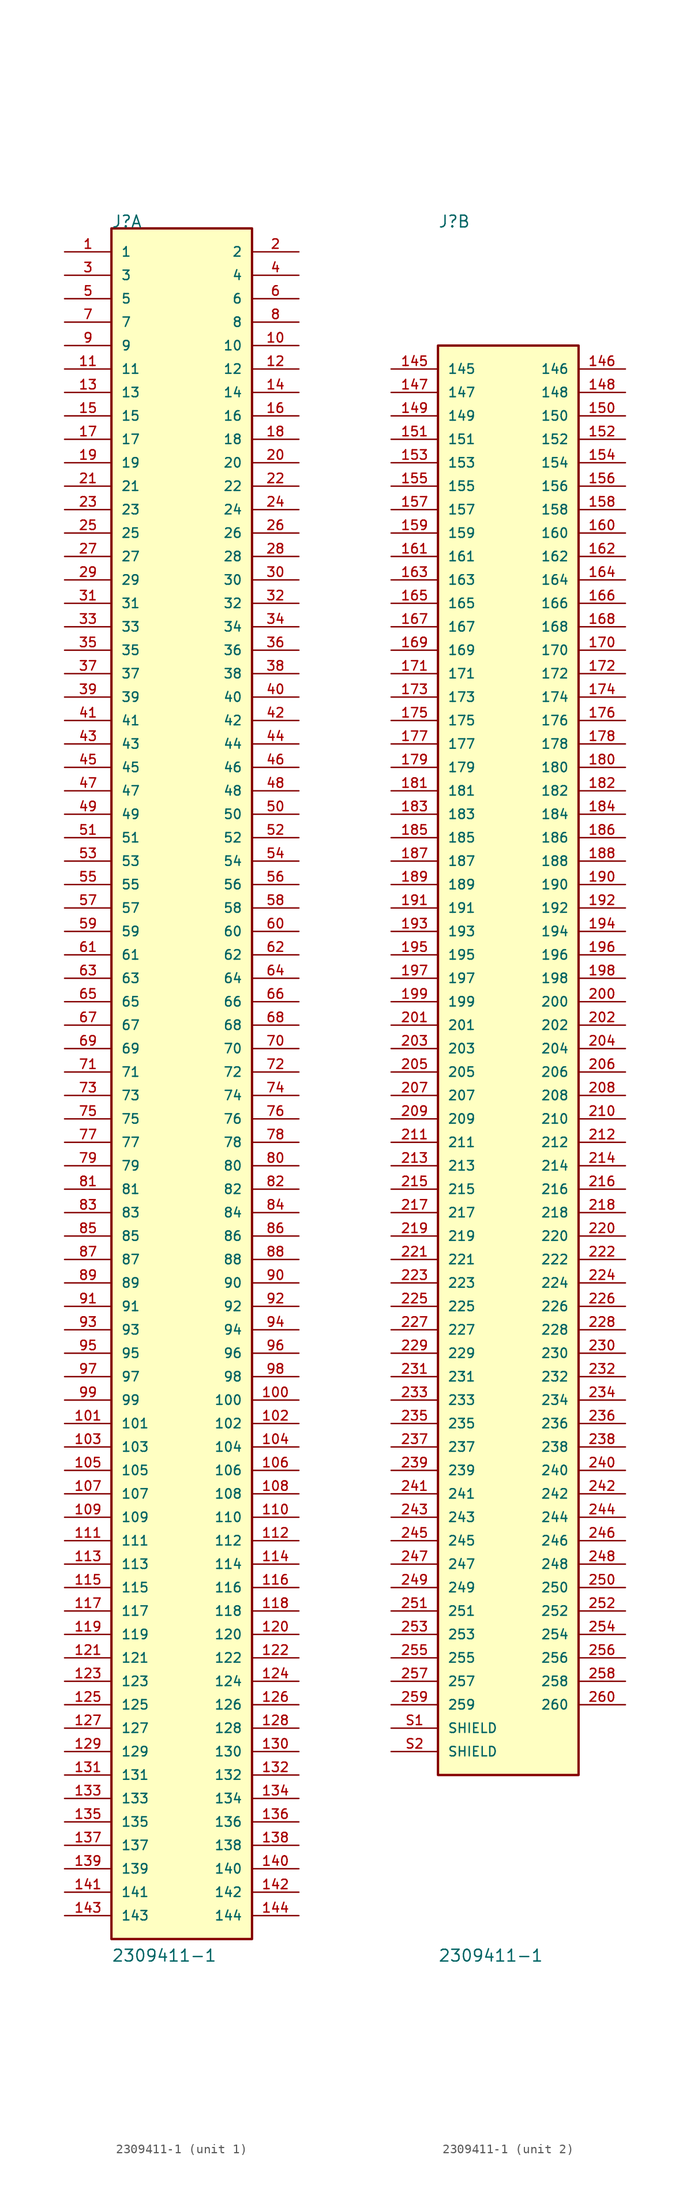
<source format=kicad_sym>
(kicad_symbol_lib
  (version 20211014)
  (generator kicad_symbol_editor)
  (symbol "2309411-1"
    (pin_names
      (offset 1.016))
    (property "Reference" "J"
      (at -7.62 91.44 0)
      (effects (font (size 1.27 1.27)) (justify left bottom)))
    (property "Value" "2309411-1"
      (at -7.62 -96.52 0)
      (effects (font (size 1.27 1.27)) (justify left bottom)))
    (property "ki_locked" ""
      (at 0 0 0)
      (effects (font (size 1.27 1.27))))
    (symbol "2309411-1_1_0"
      (rectangle (start -7.62 -93.98) (end 7.62 91.44) (stroke (width 0.254) (type default) (color 0 0 0 0)) (fill (type background)))
      (pin passive line (at -12.7 88.9 0) (length 5.08) (name "1" (effects (font (size 1.016 1.016)))) (number "1" (effects (font (size 1.016 1.016)))))
      (pin passive line (at 12.7 78.74 180) (length 5.08) (name "10" (effects (font (size 1.016 1.016)))) (number "10" (effects (font (size 1.016 1.016)))))
      (pin passive line (at 12.7 -35.56 180) (length 5.08) (name "100" (effects (font (size 1.016 1.016)))) (number "100" (effects (font (size 1.016 1.016)))))
      (pin passive line (at -12.7 -38.1 0) (length 5.08) (name "101" (effects (font (size 1.016 1.016)))) (number "101" (effects (font (size 1.016 1.016)))))
      (pin passive line (at 12.7 -38.1 180) (length 5.08) (name "102" (effects (font (size 1.016 1.016)))) (number "102" (effects (font (size 1.016 1.016)))))
      (pin passive line (at -12.7 -40.64 0) (length 5.08) (name "103" (effects (font (size 1.016 1.016)))) (number "103" (effects (font (size 1.016 1.016)))))
      (pin passive line (at 12.7 -40.64 180) (length 5.08) (name "104" (effects (font (size 1.016 1.016)))) (number "104" (effects (font (size 1.016 1.016)))))
      (pin passive line (at -12.7 -43.18 0) (length 5.08) (name "105" (effects (font (size 1.016 1.016)))) (number "105" (effects (font (size 1.016 1.016)))))
      (pin passive line (at 12.7 -43.18 180) (length 5.08) (name "106" (effects (font (size 1.016 1.016)))) (number "106" (effects (font (size 1.016 1.016)))))
      (pin passive line (at -12.7 -45.72 0) (length 5.08) (name "107" (effects (font (size 1.016 1.016)))) (number "107" (effects (font (size 1.016 1.016)))))
      (pin passive line (at 12.7 -45.72 180) (length 5.08) (name "108" (effects (font (size 1.016 1.016)))) (number "108" (effects (font (size 1.016 1.016)))))
      (pin passive line (at -12.7 -48.26 0) (length 5.08) (name "109" (effects (font (size 1.016 1.016)))) (number "109" (effects (font (size 1.016 1.016)))))
      (pin passive line (at -12.7 76.2 0) (length 5.08) (name "11" (effects (font (size 1.016 1.016)))) (number "11" (effects (font (size 1.016 1.016)))))
      (pin passive line (at 12.7 -48.26 180) (length 5.08) (name "110" (effects (font (size 1.016 1.016)))) (number "110" (effects (font (size 1.016 1.016)))))
      (pin passive line (at -12.7 -50.8 0) (length 5.08) (name "111" (effects (font (size 1.016 1.016)))) (number "111" (effects (font (size 1.016 1.016)))))
      (pin passive line (at 12.7 -50.8 180) (length 5.08) (name "112" (effects (font (size 1.016 1.016)))) (number "112" (effects (font (size 1.016 1.016)))))
      (pin passive line (at -12.7 -53.34 0) (length 5.08) (name "113" (effects (font (size 1.016 1.016)))) (number "113" (effects (font (size 1.016 1.016)))))
      (pin passive line (at 12.7 -53.34 180) (length 5.08) (name "114" (effects (font (size 1.016 1.016)))) (number "114" (effects (font (size 1.016 1.016)))))
      (pin passive line (at -12.7 -55.88 0) (length 5.08) (name "115" (effects (font (size 1.016 1.016)))) (number "115" (effects (font (size 1.016 1.016)))))
      (pin passive line (at 12.7 -55.88 180) (length 5.08) (name "116" (effects (font (size 1.016 1.016)))) (number "116" (effects (font (size 1.016 1.016)))))
      (pin passive line (at -12.7 -58.42 0) (length 5.08) (name "117" (effects (font (size 1.016 1.016)))) (number "117" (effects (font (size 1.016 1.016)))))
      (pin passive line (at 12.7 -58.42 180) (length 5.08) (name "118" (effects (font (size 1.016 1.016)))) (number "118" (effects (font (size 1.016 1.016)))))
      (pin passive line (at -12.7 -60.96 0) (length 5.08) (name "119" (effects (font (size 1.016 1.016)))) (number "119" (effects (font (size 1.016 1.016)))))
      (pin passive line (at 12.7 76.2 180) (length 5.08) (name "12" (effects (font (size 1.016 1.016)))) (number "12" (effects (font (size 1.016 1.016)))))
      (pin passive line (at 12.7 -60.96 180) (length 5.08) (name "120" (effects (font (size 1.016 1.016)))) (number "120" (effects (font (size 1.016 1.016)))))
      (pin passive line (at -12.7 -63.5 0) (length 5.08) (name "121" (effects (font (size 1.016 1.016)))) (number "121" (effects (font (size 1.016 1.016)))))
      (pin passive line (at 12.7 -63.5 180) (length 5.08) (name "122" (effects (font (size 1.016 1.016)))) (number "122" (effects (font (size 1.016 1.016)))))
      (pin passive line (at -12.7 -66.04 0) (length 5.08) (name "123" (effects (font (size 1.016 1.016)))) (number "123" (effects (font (size 1.016 1.016)))))
      (pin passive line (at 12.7 -66.04 180) (length 5.08) (name "124" (effects (font (size 1.016 1.016)))) (number "124" (effects (font (size 1.016 1.016)))))
      (pin passive line (at -12.7 -68.58 0) (length 5.08) (name "125" (effects (font (size 1.016 1.016)))) (number "125" (effects (font (size 1.016 1.016)))))
      (pin passive line (at 12.7 -68.58 180) (length 5.08) (name "126" (effects (font (size 1.016 1.016)))) (number "126" (effects (font (size 1.016 1.016)))))
      (pin passive line (at -12.7 -71.12 0) (length 5.08) (name "127" (effects (font (size 1.016 1.016)))) (number "127" (effects (font (size 1.016 1.016)))))
      (pin passive line (at 12.7 -71.12 180) (length 5.08) (name "128" (effects (font (size 1.016 1.016)))) (number "128" (effects (font (size 1.016 1.016)))))
      (pin passive line (at -12.7 -73.66 0) (length 5.08) (name "129" (effects (font (size 1.016 1.016)))) (number "129" (effects (font (size 1.016 1.016)))))
      (pin passive line (at -12.7 73.66 0) (length 5.08) (name "13" (effects (font (size 1.016 1.016)))) (number "13" (effects (font (size 1.016 1.016)))))
      (pin passive line (at 12.7 -73.66 180) (length 5.08) (name "130" (effects (font (size 1.016 1.016)))) (number "130" (effects (font (size 1.016 1.016)))))
      (pin passive line (at -12.7 -76.2 0) (length 5.08) (name "131" (effects (font (size 1.016 1.016)))) (number "131" (effects (font (size 1.016 1.016)))))
      (pin passive line (at 12.7 -76.2 180) (length 5.08) (name "132" (effects (font (size 1.016 1.016)))) (number "132" (effects (font (size 1.016 1.016)))))
      (pin passive line (at -12.7 -78.74 0) (length 5.08) (name "133" (effects (font (size 1.016 1.016)))) (number "133" (effects (font (size 1.016 1.016)))))
      (pin passive line (at 12.7 -78.74 180) (length 5.08) (name "134" (effects (font (size 1.016 1.016)))) (number "134" (effects (font (size 1.016 1.016)))))
      (pin passive line (at -12.7 -81.28 0) (length 5.08) (name "135" (effects (font (size 1.016 1.016)))) (number "135" (effects (font (size 1.016 1.016)))))
      (pin passive line (at 12.7 -81.28 180) (length 5.08) (name "136" (effects (font (size 1.016 1.016)))) (number "136" (effects (font (size 1.016 1.016)))))
      (pin passive line (at -12.7 -83.82 0) (length 5.08) (name "137" (effects (font (size 1.016 1.016)))) (number "137" (effects (font (size 1.016 1.016)))))
      (pin passive line (at 12.7 -83.82 180) (length 5.08) (name "138" (effects (font (size 1.016 1.016)))) (number "138" (effects (font (size 1.016 1.016)))))
      (pin passive line (at -12.7 -86.36 0) (length 5.08) (name "139" (effects (font (size 1.016 1.016)))) (number "139" (effects (font (size 1.016 1.016)))))
      (pin passive line (at 12.7 73.66 180) (length 5.08) (name "14" (effects (font (size 1.016 1.016)))) (number "14" (effects (font (size 1.016 1.016)))))
      (pin passive line (at 12.7 -86.36 180) (length 5.08) (name "140" (effects (font (size 1.016 1.016)))) (number "140" (effects (font (size 1.016 1.016)))))
      (pin passive line (at -12.7 -88.9 0) (length 5.08) (name "141" (effects (font (size 1.016 1.016)))) (number "141" (effects (font (size 1.016 1.016)))))
      (pin passive line (at 12.7 -88.9 180) (length 5.08) (name "142" (effects (font (size 1.016 1.016)))) (number "142" (effects (font (size 1.016 1.016)))))
      (pin passive line (at -12.7 -91.44 0) (length 5.08) (name "143" (effects (font (size 1.016 1.016)))) (number "143" (effects (font (size 1.016 1.016)))))
      (pin passive line (at 12.7 -91.44 180) (length 5.08) (name "144" (effects (font (size 1.016 1.016)))) (number "144" (effects (font (size 1.016 1.016)))))
      (pin passive line (at -12.7 71.12 0) (length 5.08) (name "15" (effects (font (size 1.016 1.016)))) (number "15" (effects (font (size 1.016 1.016)))))
      (pin passive line (at 12.7 71.12 180) (length 5.08) (name "16" (effects (font (size 1.016 1.016)))) (number "16" (effects (font (size 1.016 1.016)))))
      (pin passive line (at -12.7 68.58 0) (length 5.08) (name "17" (effects (font (size 1.016 1.016)))) (number "17" (effects (font (size 1.016 1.016)))))
      (pin passive line (at 12.7 68.58 180) (length 5.08) (name "18" (effects (font (size 1.016 1.016)))) (number "18" (effects (font (size 1.016 1.016)))))
      (pin passive line (at -12.7 66.04 0) (length 5.08) (name "19" (effects (font (size 1.016 1.016)))) (number "19" (effects (font (size 1.016 1.016)))))
      (pin passive line (at 12.7 88.9 180) (length 5.08) (name "2" (effects (font (size 1.016 1.016)))) (number "2" (effects (font (size 1.016 1.016)))))
      (pin passive line (at 12.7 66.04 180) (length 5.08) (name "20" (effects (font (size 1.016 1.016)))) (number "20" (effects (font (size 1.016 1.016)))))
      (pin passive line (at -12.7 63.5 0) (length 5.08) (name "21" (effects (font (size 1.016 1.016)))) (number "21" (effects (font (size 1.016 1.016)))))
      (pin passive line (at 12.7 63.5 180) (length 5.08) (name "22" (effects (font (size 1.016 1.016)))) (number "22" (effects (font (size 1.016 1.016)))))
      (pin passive line (at -12.7 60.96 0) (length 5.08) (name "23" (effects (font (size 1.016 1.016)))) (number "23" (effects (font (size 1.016 1.016)))))
      (pin passive line (at 12.7 60.96 180) (length 5.08) (name "24" (effects (font (size 1.016 1.016)))) (number "24" (effects (font (size 1.016 1.016)))))
      (pin passive line (at -12.7 58.42 0) (length 5.08) (name "25" (effects (font (size 1.016 1.016)))) (number "25" (effects (font (size 1.016 1.016)))))
      (pin passive line (at 12.7 58.42 180) (length 5.08) (name "26" (effects (font (size 1.016 1.016)))) (number "26" (effects (font (size 1.016 1.016)))))
      (pin passive line (at -12.7 55.88 0) (length 5.08) (name "27" (effects (font (size 1.016 1.016)))) (number "27" (effects (font (size 1.016 1.016)))))
      (pin passive line (at 12.7 55.88 180) (length 5.08) (name "28" (effects (font (size 1.016 1.016)))) (number "28" (effects (font (size 1.016 1.016)))))
      (pin passive line (at -12.7 53.34 0) (length 5.08) (name "29" (effects (font (size 1.016 1.016)))) (number "29" (effects (font (size 1.016 1.016)))))
      (pin passive line (at -12.7 86.36 0) (length 5.08) (name "3" (effects (font (size 1.016 1.016)))) (number "3" (effects (font (size 1.016 1.016)))))
      (pin passive line (at 12.7 53.34 180) (length 5.08) (name "30" (effects (font (size 1.016 1.016)))) (number "30" (effects (font (size 1.016 1.016)))))
      (pin passive line (at -12.7 50.8 0) (length 5.08) (name "31" (effects (font (size 1.016 1.016)))) (number "31" (effects (font (size 1.016 1.016)))))
      (pin passive line (at 12.7 50.8 180) (length 5.08) (name "32" (effects (font (size 1.016 1.016)))) (number "32" (effects (font (size 1.016 1.016)))))
      (pin passive line (at -12.7 48.26 0) (length 5.08) (name "33" (effects (font (size 1.016 1.016)))) (number "33" (effects (font (size 1.016 1.016)))))
      (pin passive line (at 12.7 48.26 180) (length 5.08) (name "34" (effects (font (size 1.016 1.016)))) (number "34" (effects (font (size 1.016 1.016)))))
      (pin passive line (at -12.7 45.72 0) (length 5.08) (name "35" (effects (font (size 1.016 1.016)))) (number "35" (effects (font (size 1.016 1.016)))))
      (pin passive line (at 12.7 45.72 180) (length 5.08) (name "36" (effects (font (size 1.016 1.016)))) (number "36" (effects (font (size 1.016 1.016)))))
      (pin passive line (at -12.7 43.18 0) (length 5.08) (name "37" (effects (font (size 1.016 1.016)))) (number "37" (effects (font (size 1.016 1.016)))))
      (pin passive line (at 12.7 43.18 180) (length 5.08) (name "38" (effects (font (size 1.016 1.016)))) (number "38" (effects (font (size 1.016 1.016)))))
      (pin passive line (at -12.7 40.64 0) (length 5.08) (name "39" (effects (font (size 1.016 1.016)))) (number "39" (effects (font (size 1.016 1.016)))))
      (pin passive line (at 12.7 86.36 180) (length 5.08) (name "4" (effects (font (size 1.016 1.016)))) (number "4" (effects (font (size 1.016 1.016)))))
      (pin passive line (at 12.7 40.64 180) (length 5.08) (name "40" (effects (font (size 1.016 1.016)))) (number "40" (effects (font (size 1.016 1.016)))))
      (pin passive line (at -12.7 38.1 0) (length 5.08) (name "41" (effects (font (size 1.016 1.016)))) (number "41" (effects (font (size 1.016 1.016)))))
      (pin passive line (at 12.7 38.1 180) (length 5.08) (name "42" (effects (font (size 1.016 1.016)))) (number "42" (effects (font (size 1.016 1.016)))))
      (pin passive line (at -12.7 35.56 0) (length 5.08) (name "43" (effects (font (size 1.016 1.016)))) (number "43" (effects (font (size 1.016 1.016)))))
      (pin passive line (at 12.7 35.56 180) (length 5.08) (name "44" (effects (font (size 1.016 1.016)))) (number "44" (effects (font (size 1.016 1.016)))))
      (pin passive line (at -12.7 33.02 0) (length 5.08) (name "45" (effects (font (size 1.016 1.016)))) (number "45" (effects (font (size 1.016 1.016)))))
      (pin passive line (at 12.7 33.02 180) (length 5.08) (name "46" (effects (font (size 1.016 1.016)))) (number "46" (effects (font (size 1.016 1.016)))))
      (pin passive line (at -12.7 30.48 0) (length 5.08) (name "47" (effects (font (size 1.016 1.016)))) (number "47" (effects (font (size 1.016 1.016)))))
      (pin passive line (at 12.7 30.48 180) (length 5.08) (name "48" (effects (font (size 1.016 1.016)))) (number "48" (effects (font (size 1.016 1.016)))))
      (pin passive line (at -12.7 27.94 0) (length 5.08) (name "49" (effects (font (size 1.016 1.016)))) (number "49" (effects (font (size 1.016 1.016)))))
      (pin passive line (at -12.7 83.82 0) (length 5.08) (name "5" (effects (font (size 1.016 1.016)))) (number "5" (effects (font (size 1.016 1.016)))))
      (pin passive line (at 12.7 27.94 180) (length 5.08) (name "50" (effects (font (size 1.016 1.016)))) (number "50" (effects (font (size 1.016 1.016)))))
      (pin passive line (at -12.7 25.4 0) (length 5.08) (name "51" (effects (font (size 1.016 1.016)))) (number "51" (effects (font (size 1.016 1.016)))))
      (pin passive line (at 12.7 25.4 180) (length 5.08) (name "52" (effects (font (size 1.016 1.016)))) (number "52" (effects (font (size 1.016 1.016)))))
      (pin passive line (at -12.7 22.86 0) (length 5.08) (name "53" (effects (font (size 1.016 1.016)))) (number "53" (effects (font (size 1.016 1.016)))))
      (pin passive line (at 12.7 22.86 180) (length 5.08) (name "54" (effects (font (size 1.016 1.016)))) (number "54" (effects (font (size 1.016 1.016)))))
      (pin passive line (at -12.7 20.32 0) (length 5.08) (name "55" (effects (font (size 1.016 1.016)))) (number "55" (effects (font (size 1.016 1.016)))))
      (pin passive line (at 12.7 20.32 180) (length 5.08) (name "56" (effects (font (size 1.016 1.016)))) (number "56" (effects (font (size 1.016 1.016)))))
      (pin passive line (at -12.7 17.78 0) (length 5.08) (name "57" (effects (font (size 1.016 1.016)))) (number "57" (effects (font (size 1.016 1.016)))))
      (pin passive line (at 12.7 17.78 180) (length 5.08) (name "58" (effects (font (size 1.016 1.016)))) (number "58" (effects (font (size 1.016 1.016)))))
      (pin passive line (at -12.7 15.24 0) (length 5.08) (name "59" (effects (font (size 1.016 1.016)))) (number "59" (effects (font (size 1.016 1.016)))))
      (pin passive line (at 12.7 83.82 180) (length 5.08) (name "6" (effects (font (size 1.016 1.016)))) (number "6" (effects (font (size 1.016 1.016)))))
      (pin passive line (at 12.7 15.24 180) (length 5.08) (name "60" (effects (font (size 1.016 1.016)))) (number "60" (effects (font (size 1.016 1.016)))))
      (pin passive line (at -12.7 12.7 0) (length 5.08) (name "61" (effects (font (size 1.016 1.016)))) (number "61" (effects (font (size 1.016 1.016)))))
      (pin passive line (at 12.7 12.7 180) (length 5.08) (name "62" (effects (font (size 1.016 1.016)))) (number "62" (effects (font (size 1.016 1.016)))))
      (pin passive line (at -12.7 10.16 0) (length 5.08) (name "63" (effects (font (size 1.016 1.016)))) (number "63" (effects (font (size 1.016 1.016)))))
      (pin passive line (at 12.7 10.16 180) (length 5.08) (name "64" (effects (font (size 1.016 1.016)))) (number "64" (effects (font (size 1.016 1.016)))))
      (pin passive line (at -12.7 7.62 0) (length 5.08) (name "65" (effects (font (size 1.016 1.016)))) (number "65" (effects (font (size 1.016 1.016)))))
      (pin passive line (at 12.7 7.62 180) (length 5.08) (name "66" (effects (font (size 1.016 1.016)))) (number "66" (effects (font (size 1.016 1.016)))))
      (pin passive line (at -12.7 5.08 0) (length 5.08) (name "67" (effects (font (size 1.016 1.016)))) (number "67" (effects (font (size 1.016 1.016)))))
      (pin passive line (at 12.7 5.08 180) (length 5.08) (name "68" (effects (font (size 1.016 1.016)))) (number "68" (effects (font (size 1.016 1.016)))))
      (pin passive line (at -12.7 2.54 0) (length 5.08) (name "69" (effects (font (size 1.016 1.016)))) (number "69" (effects (font (size 1.016 1.016)))))
      (pin passive line (at -12.7 81.28 0) (length 5.08) (name "7" (effects (font (size 1.016 1.016)))) (number "7" (effects (font (size 1.016 1.016)))))
      (pin passive line (at 12.7 2.54 180) (length 5.08) (name "70" (effects (font (size 1.016 1.016)))) (number "70" (effects (font (size 1.016 1.016)))))
      (pin passive line (at -12.7 0 0) (length 5.08) (name "71" (effects (font (size 1.016 1.016)))) (number "71" (effects (font (size 1.016 1.016)))))
      (pin passive line (at 12.7 0 180) (length 5.08) (name "72" (effects (font (size 1.016 1.016)))) (number "72" (effects (font (size 1.016 1.016)))))
      (pin passive line (at -12.7 -2.54 0) (length 5.08) (name "73" (effects (font (size 1.016 1.016)))) (number "73" (effects (font (size 1.016 1.016)))))
      (pin passive line (at 12.7 -2.54 180) (length 5.08) (name "74" (effects (font (size 1.016 1.016)))) (number "74" (effects (font (size 1.016 1.016)))))
      (pin passive line (at -12.7 -5.08 0) (length 5.08) (name "75" (effects (font (size 1.016 1.016)))) (number "75" (effects (font (size 1.016 1.016)))))
      (pin passive line (at 12.7 -5.08 180) (length 5.08) (name "76" (effects (font (size 1.016 1.016)))) (number "76" (effects (font (size 1.016 1.016)))))
      (pin passive line (at -12.7 -7.62 0) (length 5.08) (name "77" (effects (font (size 1.016 1.016)))) (number "77" (effects (font (size 1.016 1.016)))))
      (pin passive line (at 12.7 -7.62 180) (length 5.08) (name "78" (effects (font (size 1.016 1.016)))) (number "78" (effects (font (size 1.016 1.016)))))
      (pin passive line (at -12.7 -10.16 0) (length 5.08) (name "79" (effects (font (size 1.016 1.016)))) (number "79" (effects (font (size 1.016 1.016)))))
      (pin passive line (at 12.7 81.28 180) (length 5.08) (name "8" (effects (font (size 1.016 1.016)))) (number "8" (effects (font (size 1.016 1.016)))))
      (pin passive line (at 12.7 -10.16 180) (length 5.08) (name "80" (effects (font (size 1.016 1.016)))) (number "80" (effects (font (size 1.016 1.016)))))
      (pin passive line (at -12.7 -12.7 0) (length 5.08) (name "81" (effects (font (size 1.016 1.016)))) (number "81" (effects (font (size 1.016 1.016)))))
      (pin passive line (at 12.7 -12.7 180) (length 5.08) (name "82" (effects (font (size 1.016 1.016)))) (number "82" (effects (font (size 1.016 1.016)))))
      (pin passive line (at -12.7 -15.24 0) (length 5.08) (name "83" (effects (font (size 1.016 1.016)))) (number "83" (effects (font (size 1.016 1.016)))))
      (pin passive line (at 12.7 -15.24 180) (length 5.08) (name "84" (effects (font (size 1.016 1.016)))) (number "84" (effects (font (size 1.016 1.016)))))
      (pin passive line (at -12.7 -17.78 0) (length 5.08) (name "85" (effects (font (size 1.016 1.016)))) (number "85" (effects (font (size 1.016 1.016)))))
      (pin passive line (at 12.7 -17.78 180) (length 5.08) (name "86" (effects (font (size 1.016 1.016)))) (number "86" (effects (font (size 1.016 1.016)))))
      (pin passive line (at -12.7 -20.32 0) (length 5.08) (name "87" (effects (font (size 1.016 1.016)))) (number "87" (effects (font (size 1.016 1.016)))))
      (pin passive line (at 12.7 -20.32 180) (length 5.08) (name "88" (effects (font (size 1.016 1.016)))) (number "88" (effects (font (size 1.016 1.016)))))
      (pin passive line (at -12.7 -22.86 0) (length 5.08) (name "89" (effects (font (size 1.016 1.016)))) (number "89" (effects (font (size 1.016 1.016)))))
      (pin passive line (at -12.7 78.74 0) (length 5.08) (name "9" (effects (font (size 1.016 1.016)))) (number "9" (effects (font (size 1.016 1.016)))))
      (pin passive line (at 12.7 -22.86 180) (length 5.08) (name "90" (effects (font (size 1.016 1.016)))) (number "90" (effects (font (size 1.016 1.016)))))
      (pin passive line (at -12.7 -25.4 0) (length 5.08) (name "91" (effects (font (size 1.016 1.016)))) (number "91" (effects (font (size 1.016 1.016)))))
      (pin passive line (at 12.7 -25.4 180) (length 5.08) (name "92" (effects (font (size 1.016 1.016)))) (number "92" (effects (font (size 1.016 1.016)))))
      (pin passive line (at -12.7 -27.94 0) (length 5.08) (name "93" (effects (font (size 1.016 1.016)))) (number "93" (effects (font (size 1.016 1.016)))))
      (pin passive line (at 12.7 -27.94 180) (length 5.08) (name "94" (effects (font (size 1.016 1.016)))) (number "94" (effects (font (size 1.016 1.016)))))
      (pin passive line (at -12.7 -30.48 0) (length 5.08) (name "95" (effects (font (size 1.016 1.016)))) (number "95" (effects (font (size 1.016 1.016)))))
      (pin passive line (at 12.7 -30.48 180) (length 5.08) (name "96" (effects (font (size 1.016 1.016)))) (number "96" (effects (font (size 1.016 1.016)))))
      (pin passive line (at -12.7 -33.02 0) (length 5.08) (name "97" (effects (font (size 1.016 1.016)))) (number "97" (effects (font (size 1.016 1.016)))))
      (pin passive line (at 12.7 -33.02 180) (length 5.08) (name "98" (effects (font (size 1.016 1.016)))) (number "98" (effects (font (size 1.016 1.016)))))
      (pin passive line (at -12.7 -35.56 0) (length 5.08) (name "99" (effects (font (size 1.016 1.016)))) (number "99" (effects (font (size 1.016 1.016))))))
    (symbol "2309411-1_2_0"
      (rectangle (start -7.62 -76.2) (end 7.62 78.74) (stroke (width 0.254) (type default) (color 0 0 0 0)) (fill (type background)))
      (pin passive line (at -12.7 76.2 0) (length 5.08) (name "145" (effects (font (size 1.016 1.016)))) (number "145" (effects (font (size 1.016 1.016)))))
      (pin passive line (at 12.7 76.2 180) (length 5.08) (name "146" (effects (font (size 1.016 1.016)))) (number "146" (effects (font (size 1.016 1.016)))))
      (pin passive line (at -12.7 73.66 0) (length 5.08) (name "147" (effects (font (size 1.016 1.016)))) (number "147" (effects (font (size 1.016 1.016)))))
      (pin passive line (at 12.7 73.66 180) (length 5.08) (name "148" (effects (font (size 1.016 1.016)))) (number "148" (effects (font (size 1.016 1.016)))))
      (pin passive line (at -12.7 71.12 0) (length 5.08) (name "149" (effects (font (size 1.016 1.016)))) (number "149" (effects (font (size 1.016 1.016)))))
      (pin passive line (at 12.7 71.12 180) (length 5.08) (name "150" (effects (font (size 1.016 1.016)))) (number "150" (effects (font (size 1.016 1.016)))))
      (pin passive line (at -12.7 68.58 0) (length 5.08) (name "151" (effects (font (size 1.016 1.016)))) (number "151" (effects (font (size 1.016 1.016)))))
      (pin passive line (at 12.7 68.58 180) (length 5.08) (name "152" (effects (font (size 1.016 1.016)))) (number "152" (effects (font (size 1.016 1.016)))))
      (pin passive line (at -12.7 66.04 0) (length 5.08) (name "153" (effects (font (size 1.016 1.016)))) (number "153" (effects (font (size 1.016 1.016)))))
      (pin passive line (at 12.7 66.04 180) (length 5.08) (name "154" (effects (font (size 1.016 1.016)))) (number "154" (effects (font (size 1.016 1.016)))))
      (pin passive line (at -12.7 63.5 0) (length 5.08) (name "155" (effects (font (size 1.016 1.016)))) (number "155" (effects (font (size 1.016 1.016)))))
      (pin passive line (at 12.7 63.5 180) (length 5.08) (name "156" (effects (font (size 1.016 1.016)))) (number "156" (effects (font (size 1.016 1.016)))))
      (pin passive line (at -12.7 60.96 0) (length 5.08) (name "157" (effects (font (size 1.016 1.016)))) (number "157" (effects (font (size 1.016 1.016)))))
      (pin passive line (at 12.7 60.96 180) (length 5.08) (name "158" (effects (font (size 1.016 1.016)))) (number "158" (effects (font (size 1.016 1.016)))))
      (pin passive line (at -12.7 58.42 0) (length 5.08) (name "159" (effects (font (size 1.016 1.016)))) (number "159" (effects (font (size 1.016 1.016)))))
      (pin passive line (at 12.7 58.42 180) (length 5.08) (name "160" (effects (font (size 1.016 1.016)))) (number "160" (effects (font (size 1.016 1.016)))))
      (pin passive line (at -12.7 55.88 0) (length 5.08) (name "161" (effects (font (size 1.016 1.016)))) (number "161" (effects (font (size 1.016 1.016)))))
      (pin passive line (at 12.7 55.88 180) (length 5.08) (name "162" (effects (font (size 1.016 1.016)))) (number "162" (effects (font (size 1.016 1.016)))))
      (pin passive line (at -12.7 53.34 0) (length 5.08) (name "163" (effects (font (size 1.016 1.016)))) (number "163" (effects (font (size 1.016 1.016)))))
      (pin passive line (at 12.7 53.34 180) (length 5.08) (name "164" (effects (font (size 1.016 1.016)))) (number "164" (effects (font (size 1.016 1.016)))))
      (pin passive line (at -12.7 50.8 0) (length 5.08) (name "165" (effects (font (size 1.016 1.016)))) (number "165" (effects (font (size 1.016 1.016)))))
      (pin passive line (at 12.7 50.8 180) (length 5.08) (name "166" (effects (font (size 1.016 1.016)))) (number "166" (effects (font (size 1.016 1.016)))))
      (pin passive line (at -12.7 48.26 0) (length 5.08) (name "167" (effects (font (size 1.016 1.016)))) (number "167" (effects (font (size 1.016 1.016)))))
      (pin passive line (at 12.7 48.26 180) (length 5.08) (name "168" (effects (font (size 1.016 1.016)))) (number "168" (effects (font (size 1.016 1.016)))))
      (pin passive line (at -12.7 45.72 0) (length 5.08) (name "169" (effects (font (size 1.016 1.016)))) (number "169" (effects (font (size 1.016 1.016)))))
      (pin passive line (at 12.7 45.72 180) (length 5.08) (name "170" (effects (font (size 1.016 1.016)))) (number "170" (effects (font (size 1.016 1.016)))))
      (pin passive line (at -12.7 43.18 0) (length 5.08) (name "171" (effects (font (size 1.016 1.016)))) (number "171" (effects (font (size 1.016 1.016)))))
      (pin passive line (at 12.7 43.18 180) (length 5.08) (name "172" (effects (font (size 1.016 1.016)))) (number "172" (effects (font (size 1.016 1.016)))))
      (pin passive line (at -12.7 40.64 0) (length 5.08) (name "173" (effects (font (size 1.016 1.016)))) (number "173" (effects (font (size 1.016 1.016)))))
      (pin passive line (at 12.7 40.64 180) (length 5.08) (name "174" (effects (font (size 1.016 1.016)))) (number "174" (effects (font (size 1.016 1.016)))))
      (pin passive line (at -12.7 38.1 0) (length 5.08) (name "175" (effects (font (size 1.016 1.016)))) (number "175" (effects (font (size 1.016 1.016)))))
      (pin passive line (at 12.7 38.1 180) (length 5.08) (name "176" (effects (font (size 1.016 1.016)))) (number "176" (effects (font (size 1.016 1.016)))))
      (pin passive line (at -12.7 35.56 0) (length 5.08) (name "177" (effects (font (size 1.016 1.016)))) (number "177" (effects (font (size 1.016 1.016)))))
      (pin passive line (at 12.7 35.56 180) (length 5.08) (name "178" (effects (font (size 1.016 1.016)))) (number "178" (effects (font (size 1.016 1.016)))))
      (pin passive line (at -12.7 33.02 0) (length 5.08) (name "179" (effects (font (size 1.016 1.016)))) (number "179" (effects (font (size 1.016 1.016)))))
      (pin passive line (at 12.7 33.02 180) (length 5.08) (name "180" (effects (font (size 1.016 1.016)))) (number "180" (effects (font (size 1.016 1.016)))))
      (pin passive line (at -12.7 30.48 0) (length 5.08) (name "181" (effects (font (size 1.016 1.016)))) (number "181" (effects (font (size 1.016 1.016)))))
      (pin passive line (at 12.7 30.48 180) (length 5.08) (name "182" (effects (font (size 1.016 1.016)))) (number "182" (effects (font (size 1.016 1.016)))))
      (pin passive line (at -12.7 27.94 0) (length 5.08) (name "183" (effects (font (size 1.016 1.016)))) (number "183" (effects (font (size 1.016 1.016)))))
      (pin passive line (at 12.7 27.94 180) (length 5.08) (name "184" (effects (font (size 1.016 1.016)))) (number "184" (effects (font (size 1.016 1.016)))))
      (pin passive line (at -12.7 25.4 0) (length 5.08) (name "185" (effects (font (size 1.016 1.016)))) (number "185" (effects (font (size 1.016 1.016)))))
      (pin passive line (at 12.7 25.4 180) (length 5.08) (name "186" (effects (font (size 1.016 1.016)))) (number "186" (effects (font (size 1.016 1.016)))))
      (pin passive line (at -12.7 22.86 0) (length 5.08) (name "187" (effects (font (size 1.016 1.016)))) (number "187" (effects (font (size 1.016 1.016)))))
      (pin passive line (at 12.7 22.86 180) (length 5.08) (name "188" (effects (font (size 1.016 1.016)))) (number "188" (effects (font (size 1.016 1.016)))))
      (pin passive line (at -12.7 20.32 0) (length 5.08) (name "189" (effects (font (size 1.016 1.016)))) (number "189" (effects (font (size 1.016 1.016)))))
      (pin passive line (at 12.7 20.32 180) (length 5.08) (name "190" (effects (font (size 1.016 1.016)))) (number "190" (effects (font (size 1.016 1.016)))))
      (pin passive line (at -12.7 17.78 0) (length 5.08) (name "191" (effects (font (size 1.016 1.016)))) (number "191" (effects (font (size 1.016 1.016)))))
      (pin passive line (at 12.7 17.78 180) (length 5.08) (name "192" (effects (font (size 1.016 1.016)))) (number "192" (effects (font (size 1.016 1.016)))))
      (pin passive line (at -12.7 15.24 0) (length 5.08) (name "193" (effects (font (size 1.016 1.016)))) (number "193" (effects (font (size 1.016 1.016)))))
      (pin passive line (at 12.7 15.24 180) (length 5.08) (name "194" (effects (font (size 1.016 1.016)))) (number "194" (effects (font (size 1.016 1.016)))))
      (pin passive line (at -12.7 12.7 0) (length 5.08) (name "195" (effects (font (size 1.016 1.016)))) (number "195" (effects (font (size 1.016 1.016)))))
      (pin passive line (at 12.7 12.7 180) (length 5.08) (name "196" (effects (font (size 1.016 1.016)))) (number "196" (effects (font (size 1.016 1.016)))))
      (pin passive line (at -12.7 10.16 0) (length 5.08) (name "197" (effects (font (size 1.016 1.016)))) (number "197" (effects (font (size 1.016 1.016)))))
      (pin passive line (at 12.7 10.16 180) (length 5.08) (name "198" (effects (font (size 1.016 1.016)))) (number "198" (effects (font (size 1.016 1.016)))))
      (pin passive line (at -12.7 7.62 0) (length 5.08) (name "199" (effects (font (size 1.016 1.016)))) (number "199" (effects (font (size 1.016 1.016)))))
      (pin passive line (at 12.7 7.62 180) (length 5.08) (name "200" (effects (font (size 1.016 1.016)))) (number "200" (effects (font (size 1.016 1.016)))))
      (pin passive line (at -12.7 5.08 0) (length 5.08) (name "201" (effects (font (size 1.016 1.016)))) (number "201" (effects (font (size 1.016 1.016)))))
      (pin passive line (at 12.7 5.08 180) (length 5.08) (name "202" (effects (font (size 1.016 1.016)))) (number "202" (effects (font (size 1.016 1.016)))))
      (pin passive line (at -12.7 2.54 0) (length 5.08) (name "203" (effects (font (size 1.016 1.016)))) (number "203" (effects (font (size 1.016 1.016)))))
      (pin passive line (at 12.7 2.54 180) (length 5.08) (name "204" (effects (font (size 1.016 1.016)))) (number "204" (effects (font (size 1.016 1.016)))))
      (pin passive line (at -12.7 0 0) (length 5.08) (name "205" (effects (font (size 1.016 1.016)))) (number "205" (effects (font (size 1.016 1.016)))))
      (pin passive line (at 12.7 0 180) (length 5.08) (name "206" (effects (font (size 1.016 1.016)))) (number "206" (effects (font (size 1.016 1.016)))))
      (pin passive line (at -12.7 -2.54 0) (length 5.08) (name "207" (effects (font (size 1.016 1.016)))) (number "207" (effects (font (size 1.016 1.016)))))
      (pin passive line (at 12.7 -2.54 180) (length 5.08) (name "208" (effects (font (size 1.016 1.016)))) (number "208" (effects (font (size 1.016 1.016)))))
      (pin passive line (at -12.7 -5.08 0) (length 5.08) (name "209" (effects (font (size 1.016 1.016)))) (number "209" (effects (font (size 1.016 1.016)))))
      (pin passive line (at 12.7 -5.08 180) (length 5.08) (name "210" (effects (font (size 1.016 1.016)))) (number "210" (effects (font (size 1.016 1.016)))))
      (pin passive line (at -12.7 -7.62 0) (length 5.08) (name "211" (effects (font (size 1.016 1.016)))) (number "211" (effects (font (size 1.016 1.016)))))
      (pin passive line (at 12.7 -7.62 180) (length 5.08) (name "212" (effects (font (size 1.016 1.016)))) (number "212" (effects (font (size 1.016 1.016)))))
      (pin passive line (at -12.7 -10.16 0) (length 5.08) (name "213" (effects (font (size 1.016 1.016)))) (number "213" (effects (font (size 1.016 1.016)))))
      (pin passive line (at 12.7 -10.16 180) (length 5.08) (name "214" (effects (font (size 1.016 1.016)))) (number "214" (effects (font (size 1.016 1.016)))))
      (pin passive line (at -12.7 -12.7 0) (length 5.08) (name "215" (effects (font (size 1.016 1.016)))) (number "215" (effects (font (size 1.016 1.016)))))
      (pin passive line (at 12.7 -12.7 180) (length 5.08) (name "216" (effects (font (size 1.016 1.016)))) (number "216" (effects (font (size 1.016 1.016)))))
      (pin passive line (at -12.7 -15.24 0) (length 5.08) (name "217" (effects (font (size 1.016 1.016)))) (number "217" (effects (font (size 1.016 1.016)))))
      (pin passive line (at 12.7 -15.24 180) (length 5.08) (name "218" (effects (font (size 1.016 1.016)))) (number "218" (effects (font (size 1.016 1.016)))))
      (pin passive line (at -12.7 -17.78 0) (length 5.08) (name "219" (effects (font (size 1.016 1.016)))) (number "219" (effects (font (size 1.016 1.016)))))
      (pin passive line (at 12.7 -17.78 180) (length 5.08) (name "220" (effects (font (size 1.016 1.016)))) (number "220" (effects (font (size 1.016 1.016)))))
      (pin passive line (at -12.7 -20.32 0) (length 5.08) (name "221" (effects (font (size 1.016 1.016)))) (number "221" (effects (font (size 1.016 1.016)))))
      (pin passive line (at 12.7 -20.32 180) (length 5.08) (name "222" (effects (font (size 1.016 1.016)))) (number "222" (effects (font (size 1.016 1.016)))))
      (pin passive line (at -12.7 -22.86 0) (length 5.08) (name "223" (effects (font (size 1.016 1.016)))) (number "223" (effects (font (size 1.016 1.016)))))
      (pin passive line (at 12.7 -22.86 180) (length 5.08) (name "224" (effects (font (size 1.016 1.016)))) (number "224" (effects (font (size 1.016 1.016)))))
      (pin passive line (at -12.7 -25.4 0) (length 5.08) (name "225" (effects (font (size 1.016 1.016)))) (number "225" (effects (font (size 1.016 1.016)))))
      (pin passive line (at 12.7 -25.4 180) (length 5.08) (name "226" (effects (font (size 1.016 1.016)))) (number "226" (effects (font (size 1.016 1.016)))))
      (pin passive line (at -12.7 -27.94 0) (length 5.08) (name "227" (effects (font (size 1.016 1.016)))) (number "227" (effects (font (size 1.016 1.016)))))
      (pin passive line (at 12.7 -27.94 180) (length 5.08) (name "228" (effects (font (size 1.016 1.016)))) (number "228" (effects (font (size 1.016 1.016)))))
      (pin passive line (at -12.7 -30.48 0) (length 5.08) (name "229" (effects (font (size 1.016 1.016)))) (number "229" (effects (font (size 1.016 1.016)))))
      (pin passive line (at 12.7 -30.48 180) (length 5.08) (name "230" (effects (font (size 1.016 1.016)))) (number "230" (effects (font (size 1.016 1.016)))))
      (pin passive line (at -12.7 -33.02 0) (length 5.08) (name "231" (effects (font (size 1.016 1.016)))) (number "231" (effects (font (size 1.016 1.016)))))
      (pin passive line (at 12.7 -33.02 180) (length 5.08) (name "232" (effects (font (size 1.016 1.016)))) (number "232" (effects (font (size 1.016 1.016)))))
      (pin passive line (at -12.7 -35.56 0) (length 5.08) (name "233" (effects (font (size 1.016 1.016)))) (number "233" (effects (font (size 1.016 1.016)))))
      (pin passive line (at 12.7 -35.56 180) (length 5.08) (name "234" (effects (font (size 1.016 1.016)))) (number "234" (effects (font (size 1.016 1.016)))))
      (pin passive line (at -12.7 -38.1 0) (length 5.08) (name "235" (effects (font (size 1.016 1.016)))) (number "235" (effects (font (size 1.016 1.016)))))
      (pin passive line (at 12.7 -38.1 180) (length 5.08) (name "236" (effects (font (size 1.016 1.016)))) (number "236" (effects (font (size 1.016 1.016)))))
      (pin passive line (at -12.7 -40.64 0) (length 5.08) (name "237" (effects (font (size 1.016 1.016)))) (number "237" (effects (font (size 1.016 1.016)))))
      (pin passive line (at 12.7 -40.64 180) (length 5.08) (name "238" (effects (font (size 1.016 1.016)))) (number "238" (effects (font (size 1.016 1.016)))))
      (pin passive line (at -12.7 -43.18 0) (length 5.08) (name "239" (effects (font (size 1.016 1.016)))) (number "239" (effects (font (size 1.016 1.016)))))
      (pin passive line (at 12.7 -43.18 180) (length 5.08) (name "240" (effects (font (size 1.016 1.016)))) (number "240" (effects (font (size 1.016 1.016)))))
      (pin passive line (at -12.7 -45.72 0) (length 5.08) (name "241" (effects (font (size 1.016 1.016)))) (number "241" (effects (font (size 1.016 1.016)))))
      (pin passive line (at 12.7 -45.72 180) (length 5.08) (name "242" (effects (font (size 1.016 1.016)))) (number "242" (effects (font (size 1.016 1.016)))))
      (pin passive line (at -12.7 -48.26 0) (length 5.08) (name "243" (effects (font (size 1.016 1.016)))) (number "243" (effects (font (size 1.016 1.016)))))
      (pin passive line (at 12.7 -48.26 180) (length 5.08) (name "244" (effects (font (size 1.016 1.016)))) (number "244" (effects (font (size 1.016 1.016)))))
      (pin passive line (at -12.7 -50.8 0) (length 5.08) (name "245" (effects (font (size 1.016 1.016)))) (number "245" (effects (font (size 1.016 1.016)))))
      (pin passive line (at 12.7 -50.8 180) (length 5.08) (name "246" (effects (font (size 1.016 1.016)))) (number "246" (effects (font (size 1.016 1.016)))))
      (pin passive line (at -12.7 -53.34 0) (length 5.08) (name "247" (effects (font (size 1.016 1.016)))) (number "247" (effects (font (size 1.016 1.016)))))
      (pin passive line (at 12.7 -53.34 180) (length 5.08) (name "248" (effects (font (size 1.016 1.016)))) (number "248" (effects (font (size 1.016 1.016)))))
      (pin passive line (at -12.7 -55.88 0) (length 5.08) (name "249" (effects (font (size 1.016 1.016)))) (number "249" (effects (font (size 1.016 1.016)))))
      (pin passive line (at 12.7 -55.88 180) (length 5.08) (name "250" (effects (font (size 1.016 1.016)))) (number "250" (effects (font (size 1.016 1.016)))))
      (pin passive line (at -12.7 -58.42 0) (length 5.08) (name "251" (effects (font (size 1.016 1.016)))) (number "251" (effects (font (size 1.016 1.016)))))
      (pin passive line (at 12.7 -58.42 180) (length 5.08) (name "252" (effects (font (size 1.016 1.016)))) (number "252" (effects (font (size 1.016 1.016)))))
      (pin passive line (at -12.7 -60.96 0) (length 5.08) (name "253" (effects (font (size 1.016 1.016)))) (number "253" (effects (font (size 1.016 1.016)))))
      (pin passive line (at 12.7 -60.96 180) (length 5.08) (name "254" (effects (font (size 1.016 1.016)))) (number "254" (effects (font (size 1.016 1.016)))))
      (pin passive line (at -12.7 -63.5 0) (length 5.08) (name "255" (effects (font (size 1.016 1.016)))) (number "255" (effects (font (size 1.016 1.016)))))
      (pin passive line (at 12.7 -63.5 180) (length 5.08) (name "256" (effects (font (size 1.016 1.016)))) (number "256" (effects (font (size 1.016 1.016)))))
      (pin passive line (at -12.7 -66.04 0) (length 5.08) (name "257" (effects (font (size 1.016 1.016)))) (number "257" (effects (font (size 1.016 1.016)))))
      (pin passive line (at 12.7 -66.04 180) (length 5.08) (name "258" (effects (font (size 1.016 1.016)))) (number "258" (effects (font (size 1.016 1.016)))))
      (pin passive line (at -12.7 -68.58 0) (length 5.08) (name "259" (effects (font (size 1.016 1.016)))) (number "259" (effects (font (size 1.016 1.016)))))
      (pin passive line (at 12.7 -68.58 180) (length 5.08) (name "260" (effects (font (size 1.016 1.016)))) (number "260" (effects (font (size 1.016 1.016)))))
      (pin passive line (at -12.7 -71.12 0) (length 5.08) (name "SHIELD" (effects (font (size 1.016 1.016)))) (number "S1" (effects (font (size 1.016 1.016)))))
      (pin passive line (at -12.7 -73.66 0) (length 5.08) (name "SHIELD" (effects (font (size 1.016 1.016)))) (number "S2" (effects (font (size 1.016 1.016))))))))
</source>
